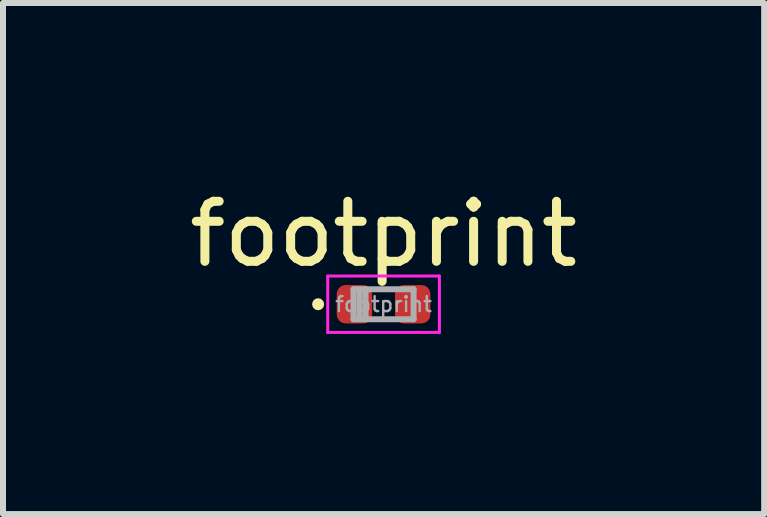
<source format=kicad_pcb>
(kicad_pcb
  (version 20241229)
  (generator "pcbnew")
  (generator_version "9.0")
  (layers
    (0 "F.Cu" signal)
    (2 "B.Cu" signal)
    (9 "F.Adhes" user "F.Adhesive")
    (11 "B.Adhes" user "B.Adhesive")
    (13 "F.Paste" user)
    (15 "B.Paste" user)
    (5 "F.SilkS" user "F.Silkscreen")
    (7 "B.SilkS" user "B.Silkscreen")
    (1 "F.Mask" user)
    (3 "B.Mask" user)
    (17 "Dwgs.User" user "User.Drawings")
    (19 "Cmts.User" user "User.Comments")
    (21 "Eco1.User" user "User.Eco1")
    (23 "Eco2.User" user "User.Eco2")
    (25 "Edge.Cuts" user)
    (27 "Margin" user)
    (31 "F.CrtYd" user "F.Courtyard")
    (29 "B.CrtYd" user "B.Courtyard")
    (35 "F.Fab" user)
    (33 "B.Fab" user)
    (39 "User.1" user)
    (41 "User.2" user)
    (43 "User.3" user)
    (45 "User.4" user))
  (footprint "footprint"
    (layer "F.Cu")
    (at 3.339 2.018)
    (property "Reference" "footprint" (at 0 -1.17 0) (layer "F.SilkS") (effects (font (size 1 1) (thickness 0.15))))
    (attr smd)
    (fp_circle (center -1.09 0) (end -1.04 0) (stroke (width 0.1) (type solid)) (fill no) (layer "F.SilkS"))
    (fp_line (start -0.93 -0.47) (end 0.93 -0.47) (stroke (width 0.05) (type solid)) (layer "F.CrtYd"))
    (fp_line (start -0.93 0.47) (end -0.93 -0.47) (stroke (width 0.05) (type solid)) (layer "F.CrtYd"))
    (fp_line (start 0.93 -0.47) (end 0.93 0.47) (stroke (width 0.05) (type solid)) (layer "F.CrtYd"))
    (fp_line (start 0.93 0.47) (end -0.93 0.47) (stroke (width 0.05) (type solid)) (layer "F.CrtYd"))
    (fp_line (start -0.5 -0.25) (end 0.5 -0.25) (stroke (width 0.1) (type solid)) (layer "F.Fab"))
    (fp_line (start -0.5 0.25) (end -0.5 -0.25) (stroke (width 0.1) (type solid)) (layer "F.Fab"))
    (fp_line (start -0.4 0.25) (end -0.4 -0.25) (stroke (width 0.1) (type solid)) (layer "F.Fab"))
    (fp_line (start -0.3 0.25) (end -0.3 -0.25) (stroke (width 0.1) (type solid)) (layer "F.Fab"))
    (fp_line (start 0.5 -0.25) (end 0.5 0.25) (stroke (width 0.1) (type solid)) (layer "F.Fab"))
    (fp_line (start 0.5 0.25) (end -0.5 0.25) (stroke (width 0.1) (type solid)) (layer "F.Fab"))
    (fp_text user "${REFERENCE}" (at 0 0 0) (layer "F.Fab") (effects (font (size 0.25 0.25) (thickness 0.04))))
    (pad "1" smd roundrect (at -0.485 0) (size 0.59 0.64) (layers "F.Cu" "F.Mask" "F.Paste") (roundrect_rratio 0.25))
    (pad "2" smd roundrect (at 0.485 0) (size 0.59 0.64) (layers "F.Cu" "F.Mask" "F.Paste") (roundrect_rratio 0.25)))
  (gr_rect
    (start -3 -3)
    (end 9.679 5.513)
    (stroke (width 0.1) (type default))
    (fill no)
    (layer "Edge.Cuts")))
</source>
